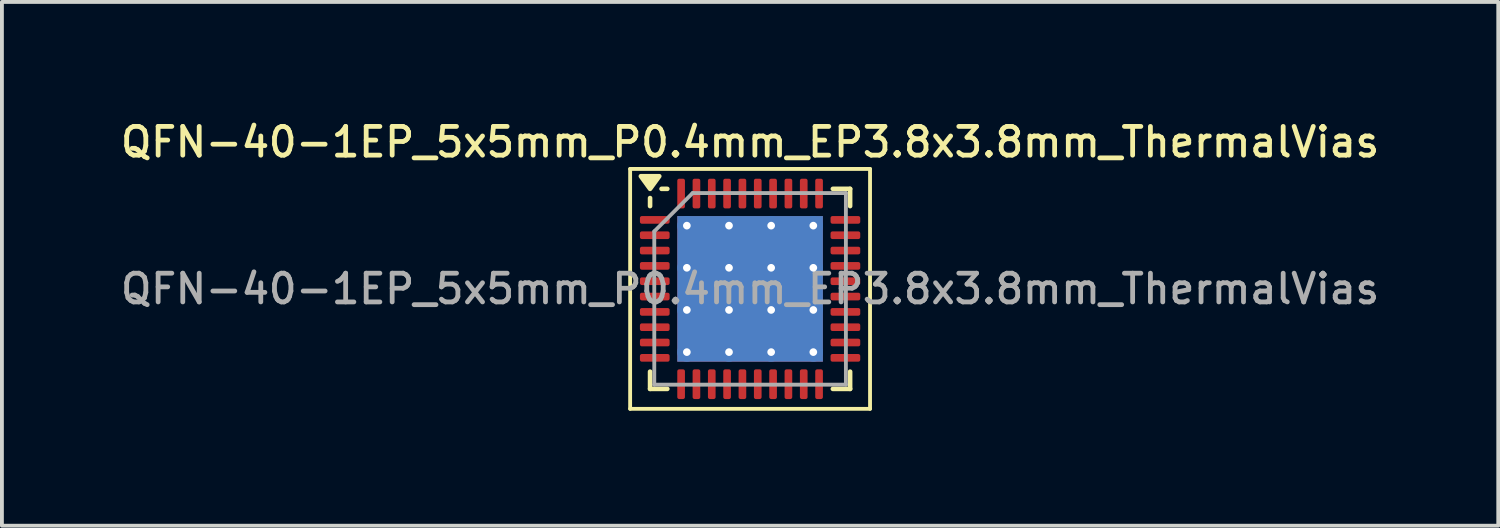
<source format=kicad_pcb>
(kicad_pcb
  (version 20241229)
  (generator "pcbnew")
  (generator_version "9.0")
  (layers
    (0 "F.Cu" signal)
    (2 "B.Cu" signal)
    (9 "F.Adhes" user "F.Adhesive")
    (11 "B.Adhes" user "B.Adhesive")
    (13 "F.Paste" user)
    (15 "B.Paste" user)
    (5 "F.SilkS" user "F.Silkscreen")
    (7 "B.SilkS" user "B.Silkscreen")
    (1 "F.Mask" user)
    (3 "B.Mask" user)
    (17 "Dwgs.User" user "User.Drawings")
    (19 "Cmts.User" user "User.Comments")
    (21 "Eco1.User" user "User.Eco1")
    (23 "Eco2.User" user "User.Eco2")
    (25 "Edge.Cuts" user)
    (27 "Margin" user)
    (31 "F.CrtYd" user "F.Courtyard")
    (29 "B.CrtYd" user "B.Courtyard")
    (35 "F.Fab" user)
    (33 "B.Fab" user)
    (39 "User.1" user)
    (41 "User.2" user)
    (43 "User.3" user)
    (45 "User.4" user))
  (footprint "QFN-40-1EP_5x5mm_P0.4mm_EP3.8x3.8mm_ThermalVias"
    (layer "F.Cu")
    (at 16.523 4.488)
    (property "Reference" "QFN-40-1EP_5x5mm_P0.4mm_EP3.8x3.8mm_ThermalVias" (at 0 -3.83 0) (layer "F.SilkS") (effects (font (size 0.75 0.75) (thickness 0.125))))
    (attr smd)
    (fp_line (start -3.13 -3.13) (end -3.13 3.13) (stroke (width 0.1) (type solid)) (layer "F.SilkS"))
    (fp_line (start -3.13 3.13) (end 3.13 3.13) (stroke (width 0.1) (type solid)) (layer "F.SilkS"))
    (fp_line (start -2.61 -2.16) (end -2.61 -2.37) (stroke (width 0.12) (type solid)) (layer "F.SilkS"))
    (fp_line (start -2.61 2.61) (end -2.61 2.16) (stroke (width 0.12) (type solid)) (layer "F.SilkS"))
    (fp_line (start -2.16 -2.61) (end -2.31 -2.61) (stroke (width 0.12) (type solid)) (layer "F.SilkS"))
    (fp_line (start -2.16 2.61) (end -2.61 2.61) (stroke (width 0.12) (type solid)) (layer "F.SilkS"))
    (fp_line (start 2.16 -2.61) (end 2.61 -2.61) (stroke (width 0.12) (type solid)) (layer "F.SilkS"))
    (fp_line (start 2.16 2.61) (end 2.61 2.61) (stroke (width 0.12) (type solid)) (layer "F.SilkS"))
    (fp_line (start 2.61 -2.61) (end 2.61 -2.16) (stroke (width 0.12) (type solid)) (layer "F.SilkS"))
    (fp_line (start 2.61 2.61) (end 2.61 2.16) (stroke (width 0.12) (type solid)) (layer "F.SilkS"))
    (fp_line (start 3.13 -3.13) (end -3.13 -3.13) (stroke (width 0.1) (type solid)) (layer "F.SilkS"))
    (fp_line (start 3.13 3.13) (end 3.13 -3.13) (stroke (width 0.1) (type solid)) (layer "F.SilkS"))
    (fp_poly (pts (xy -2.61 -2.61) (xy -2.85 -2.94) (xy -2.37 -2.94) (xy -2.61 -2.61)) (stroke (width 0.12) (type solid)) (fill yes) (layer "F.SilkS"))
    (fp_line (start -2.5 -1.5) (end -1.5 -2.5) (stroke (width 0.1) (type solid)) (layer "F.Fab"))
    (fp_line (start -2.5 2.5) (end -2.5 -1.5) (stroke (width 0.1) (type solid)) (layer "F.Fab"))
    (fp_line (start -1.5 -2.5) (end 2.5 -2.5) (stroke (width 0.1) (type solid)) (layer "F.Fab"))
    (fp_line (start 2.5 -2.5) (end 2.5 2.5) (stroke (width 0.1) (type solid)) (layer "F.Fab"))
    (fp_line (start 2.5 2.5) (end -2.5 2.5) (stroke (width 0.1) (type solid)) (layer "F.Fab"))
    (fp_text user "${REFERENCE}" (at 0 0 0) (layer "F.Fab") (effects (font (size 0.75 0.75) (thickness 0.125))))
    (pad "" smd custom (at -1.1 -1.1) (size 0.865 0.865) (layers "F.Paste") (options (anchor circle)) (primitives (gr_poly (pts (xy -0.375 -0.279) (xy -0.279 -0.375) (xy 0.279 -0.375) (xy 0.375 -0.279) (xy 0.375 0.279) (xy 0.279 0.375) (xy -0.279 0.375) (xy -0.375 0.279)) (width 0.232) (fill yes))))
    (pad "" smd custom (at -1.1 0) (size 0.865 0.865) (layers "F.Paste") (options (anchor circle)) (primitives (gr_poly (pts (xy -0.375 -0.279) (xy -0.279 -0.375) (xy 0.279 -0.375) (xy 0.375 -0.279) (xy 0.375 0.279) (xy 0.279 0.375) (xy -0.279 0.375) (xy -0.375 0.279)) (width 0.232) (fill yes))))
    (pad "" smd custom (at -1.1 1.1) (size 0.865 0.865) (layers "F.Paste") (options (anchor circle)) (primitives (gr_poly (pts (xy -0.375 -0.279) (xy -0.279 -0.375) (xy 0.279 -0.375) (xy 0.375 -0.279) (xy 0.375 0.279) (xy 0.279 0.375) (xy -0.279 0.375) (xy -0.375 0.279)) (width 0.232) (fill yes))))
    (pad "" smd custom (at 0 -1.1) (size 0.865 0.865) (layers "F.Paste") (options (anchor circle)) (primitives (gr_poly (pts (xy -0.375 -0.279) (xy -0.279 -0.375) (xy 0.279 -0.375) (xy 0.375 -0.279) (xy 0.375 0.279) (xy 0.279 0.375) (xy -0.279 0.375) (xy -0.375 0.279)) (width 0.232) (fill yes))))
    (pad "" smd custom (at 0 0) (size 0.865 0.865) (layers "F.Paste") (options (anchor circle)) (primitives (gr_poly (pts (xy -0.375 -0.279) (xy -0.279 -0.375) (xy 0.279 -0.375) (xy 0.375 -0.279) (xy 0.375 0.279) (xy 0.279 0.375) (xy -0.279 0.375) (xy -0.375 0.279)) (width 0.232) (fill yes))))
    (pad "" smd custom (at 0 1.1) (size 0.865 0.865) (layers "F.Paste") (options (anchor circle)) (primitives (gr_poly (pts (xy -0.375 -0.279) (xy -0.279 -0.375) (xy 0.279 -0.375) (xy 0.375 -0.279) (xy 0.375 0.279) (xy 0.279 0.375) (xy -0.279 0.375) (xy -0.375 0.279)) (width 0.232) (fill yes))))
    (pad "" smd custom (at 1.1 -1.1) (size 0.865 0.865) (layers "F.Paste") (options (anchor circle)) (primitives (gr_poly (pts (xy -0.375 -0.279) (xy -0.279 -0.375) (xy 0.279 -0.375) (xy 0.375 -0.279) (xy 0.375 0.279) (xy 0.279 0.375) (xy -0.279 0.375) (xy -0.375 0.279)) (width 0.232) (fill yes))))
    (pad "" smd custom (at 1.1 0) (size 0.865 0.865) (layers "F.Paste") (options (anchor circle)) (primitives (gr_poly (pts (xy -0.375 -0.279) (xy -0.279 -0.375) (xy 0.279 -0.375) (xy 0.375 -0.279) (xy 0.375 0.279) (xy 0.279 0.375) (xy -0.279 0.375) (xy -0.375 0.279)) (width 0.232) (fill yes))))
    (pad "" smd custom (at 1.1 1.1) (size 0.865 0.865) (layers "F.Paste") (options (anchor circle)) (primitives (gr_poly (pts (xy -0.375 -0.279) (xy -0.279 -0.375) (xy 0.279 -0.375) (xy 0.375 -0.279) (xy 0.375 0.279) (xy 0.279 0.375) (xy -0.279 0.375) (xy -0.375 0.279)) (width 0.232) (fill yes))))
    (pad "1" smd roundrect (at -2.487 -1.8) (size 0.775 0.2) (layers "F.Cu" "F.Mask" "F.Paste") (roundrect_rratio 0.25))
    (pad "2" smd roundrect (at -2.487 -1.4) (size 0.775 0.2) (layers "F.Cu" "F.Mask" "F.Paste") (roundrect_rratio 0.25))
    (pad "3" smd roundrect (at -2.487 -1) (size 0.775 0.2) (layers "F.Cu" "F.Mask" "F.Paste") (roundrect_rratio 0.25))
    (pad "4" smd roundrect (at -2.487 -0.6) (size 0.775 0.2) (layers "F.Cu" "F.Mask" "F.Paste") (roundrect_rratio 0.25))
    (pad "5" smd roundrect (at -2.487 -0.2) (size 0.775 0.2) (layers "F.Cu" "F.Mask" "F.Paste") (roundrect_rratio 0.25))
    (pad "6" smd roundrect (at -2.487 0.2) (size 0.775 0.2) (layers "F.Cu" "F.Mask" "F.Paste") (roundrect_rratio 0.25))
    (pad "7" smd roundrect (at -2.487 0.6) (size 0.775 0.2) (layers "F.Cu" "F.Mask" "F.Paste") (roundrect_rratio 0.25))
    (pad "8" smd roundrect (at -2.487 1) (size 0.775 0.2) (layers "F.Cu" "F.Mask" "F.Paste") (roundrect_rratio 0.25))
    (pad "9" smd roundrect (at -2.487 1.4) (size 0.775 0.2) (layers "F.Cu" "F.Mask" "F.Paste") (roundrect_rratio 0.25))
    (pad "10" smd roundrect (at -2.487 1.8) (size 0.775 0.2) (layers "F.Cu" "F.Mask" "F.Paste") (roundrect_rratio 0.25))
    (pad "11" smd roundrect (at -1.8 2.487) (size 0.2 0.775) (layers "F.Cu" "F.Mask" "F.Paste") (roundrect_rratio 0.25))
    (pad "12" smd roundrect (at -1.4 2.487) (size 0.2 0.775) (layers "F.Cu" "F.Mask" "F.Paste") (roundrect_rratio 0.25))
    (pad "13" smd roundrect (at -1 2.487) (size 0.2 0.775) (layers "F.Cu" "F.Mask" "F.Paste") (roundrect_rratio 0.25))
    (pad "14" smd roundrect (at -0.6 2.487) (size 0.2 0.775) (layers "F.Cu" "F.Mask" "F.Paste") (roundrect_rratio 0.25))
    (pad "15" smd roundrect (at -0.2 2.487) (size 0.2 0.775) (layers "F.Cu" "F.Mask" "F.Paste") (roundrect_rratio 0.25))
    (pad "16" smd roundrect (at 0.2 2.487) (size 0.2 0.775) (layers "F.Cu" "F.Mask" "F.Paste") (roundrect_rratio 0.25))
    (pad "17" smd roundrect (at 0.6 2.487) (size 0.2 0.775) (layers "F.Cu" "F.Mask" "F.Paste") (roundrect_rratio 0.25))
    (pad "18" smd roundrect (at 1 2.487) (size 0.2 0.775) (layers "F.Cu" "F.Mask" "F.Paste") (roundrect_rratio 0.25))
    (pad "19" smd roundrect (at 1.4 2.487) (size 0.2 0.775) (layers "F.Cu" "F.Mask" "F.Paste") (roundrect_rratio 0.25))
    (pad "20" smd roundrect (at 1.8 2.487) (size 0.2 0.775) (layers "F.Cu" "F.Mask" "F.Paste") (roundrect_rratio 0.25))
    (pad "21" smd roundrect (at 2.487 1.8) (size 0.775 0.2) (layers "F.Cu" "F.Mask" "F.Paste") (roundrect_rratio 0.25))
    (pad "22" smd roundrect (at 2.487 1.4) (size 0.775 0.2) (layers "F.Cu" "F.Mask" "F.Paste") (roundrect_rratio 0.25))
    (pad "23" smd roundrect (at 2.487 1) (size 0.775 0.2) (layers "F.Cu" "F.Mask" "F.Paste") (roundrect_rratio 0.25))
    (pad "24" smd roundrect (at 2.487 0.6) (size 0.775 0.2) (layers "F.Cu" "F.Mask" "F.Paste") (roundrect_rratio 0.25))
    (pad "25" smd roundrect (at 2.487 0.2) (size 0.775 0.2) (layers "F.Cu" "F.Mask" "F.Paste") (roundrect_rratio 0.25))
    (pad "26" smd roundrect (at 2.487 -0.2) (size 0.775 0.2) (layers "F.Cu" "F.Mask" "F.Paste") (roundrect_rratio 0.25))
    (pad "27" smd roundrect (at 2.487 -0.6) (size 0.775 0.2) (layers "F.Cu" "F.Mask" "F.Paste") (roundrect_rratio 0.25))
    (pad "28" smd roundrect (at 2.487 -1) (size 0.775 0.2) (layers "F.Cu" "F.Mask" "F.Paste") (roundrect_rratio 0.25))
    (pad "29" smd roundrect (at 2.487 -1.4) (size 0.775 0.2) (layers "F.Cu" "F.Mask" "F.Paste") (roundrect_rratio 0.25))
    (pad "30" smd roundrect (at 2.487 -1.8) (size 0.775 0.2) (layers "F.Cu" "F.Mask" "F.Paste") (roundrect_rratio 0.25))
    (pad "31" smd roundrect (at 1.8 -2.487) (size 0.2 0.775) (layers "F.Cu" "F.Mask" "F.Paste") (roundrect_rratio 0.25))
    (pad "32" smd roundrect (at 1.4 -2.487) (size 0.2 0.775) (layers "F.Cu" "F.Mask" "F.Paste") (roundrect_rratio 0.25))
    (pad "33" smd roundrect (at 1 -2.487) (size 0.2 0.775) (layers "F.Cu" "F.Mask" "F.Paste") (roundrect_rratio 0.25))
    (pad "34" smd roundrect (at 0.6 -2.487) (size 0.2 0.775) (layers "F.Cu" "F.Mask" "F.Paste") (roundrect_rratio 0.25))
    (pad "35" smd roundrect (at 0.2 -2.487) (size 0.2 0.775) (layers "F.Cu" "F.Mask" "F.Paste") (roundrect_rratio 0.25))
    (pad "36" smd roundrect (at -0.2 -2.487) (size 0.2 0.775) (layers "F.Cu" "F.Mask" "F.Paste") (roundrect_rratio 0.25))
    (pad "37" smd roundrect (at -0.6 -2.487) (size 0.2 0.775) (layers "F.Cu" "F.Mask" "F.Paste") (roundrect_rratio 0.25))
    (pad "38" smd roundrect (at -1 -2.487) (size 0.2 0.775) (layers "F.Cu" "F.Mask" "F.Paste") (roundrect_rratio 0.25))
    (pad "39" smd roundrect (at -1.4 -2.487) (size 0.2 0.775) (layers "F.Cu" "F.Mask" "F.Paste") (roundrect_rratio 0.25))
    (pad "40" smd roundrect (at -1.8 -2.487) (size 0.2 0.775) (layers "F.Cu" "F.Mask" "F.Paste") (roundrect_rratio 0.25))
    (pad "41" thru_hole circle (at -1.65 -1.65) (size 0.5 0.5) (drill 0.2) (property pad_prop_heatsink) (layers "*.Cu"))
    (pad "41" thru_hole circle (at -1.65 -0.55) (size 0.5 0.5) (drill 0.2) (property pad_prop_heatsink) (layers "*.Cu"))
    (pad "41" thru_hole circle (at -1.65 0.55) (size 0.5 0.5) (drill 0.2) (property pad_prop_heatsink) (layers "*.Cu"))
    (pad "41" thru_hole circle (at -1.65 1.65) (size 0.5 0.5) (drill 0.2) (property pad_prop_heatsink) (layers "*.Cu"))
    (pad "41" thru_hole circle (at -0.55 -1.65) (size 0.5 0.5) (drill 0.2) (property pad_prop_heatsink) (layers "*.Cu"))
    (pad "41" thru_hole circle (at -0.55 -0.55) (size 0.5 0.5) (drill 0.2) (property pad_prop_heatsink) (layers "*.Cu"))
    (pad "41" thru_hole circle (at -0.55 0.55) (size 0.5 0.5) (drill 0.2) (property pad_prop_heatsink) (layers "*.Cu"))
    (pad "41" thru_hole circle (at -0.55 1.65) (size 0.5 0.5) (drill 0.2) (property pad_prop_heatsink) (layers "*.Cu"))
    (pad "41" smd rect (at 0 0) (size 3.8 3.8) (property pad_prop_heatsink) (layers "F.Cu" "F.Mask"))
    (pad "41" smd rect (at 0 0) (size 3.8 3.8) (property pad_prop_heatsink) (layers "B.Cu"))
    (pad "41" thru_hole circle (at 0.55 -1.65) (size 0.5 0.5) (drill 0.2) (property pad_prop_heatsink) (layers "*.Cu"))
    (pad "41" thru_hole circle (at 0.55 -0.55) (size 0.5 0.5) (drill 0.2) (property pad_prop_heatsink) (layers "*.Cu"))
    (pad "41" thru_hole circle (at 0.55 0.55) (size 0.5 0.5) (drill 0.2) (property pad_prop_heatsink) (layers "*.Cu"))
    (pad "41" thru_hole circle (at 0.55 1.65) (size 0.5 0.5) (drill 0.2) (property pad_prop_heatsink) (layers "*.Cu"))
    (pad "41" thru_hole circle (at 1.65 -1.65) (size 0.5 0.5) (drill 0.2) (property pad_prop_heatsink) (layers "*.Cu"))
    (pad "41" thru_hole circle (at 1.65 -0.55) (size 0.5 0.5) (drill 0.2) (property pad_prop_heatsink) (layers "*.Cu"))
    (pad "41" thru_hole circle (at 1.65 0.55) (size 0.5 0.5) (drill 0.2) (property pad_prop_heatsink) (layers "*.Cu"))
    (pad "41" thru_hole circle (at 1.65 1.65) (size 0.5 0.5) (drill 0.2) (property pad_prop_heatsink) (layers "*.Cu")))
  (gr_rect
    (start -3 -3)
    (end 36.046 10.668)
    (stroke (width 0.1) (type default))
    (fill no)
    (layer "Edge.Cuts")))
</source>
